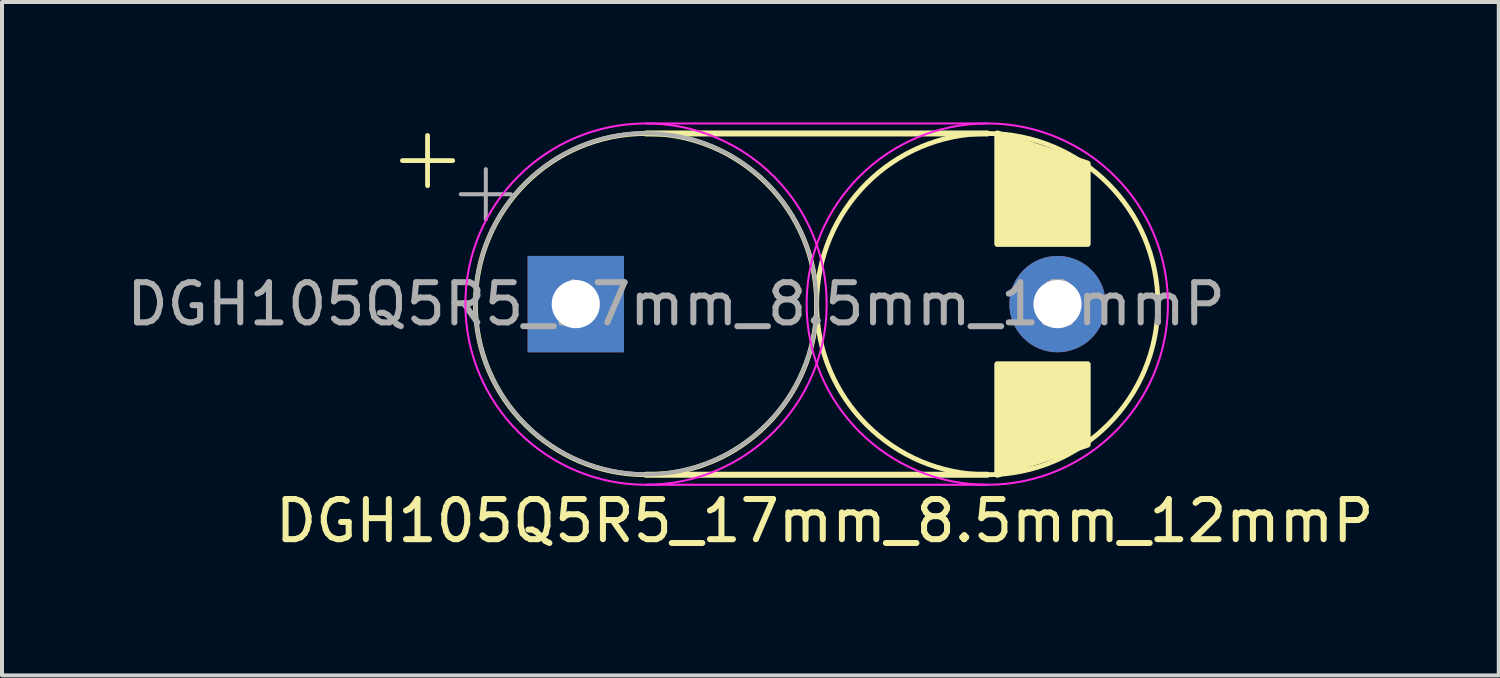
<source format=kicad_pcb>
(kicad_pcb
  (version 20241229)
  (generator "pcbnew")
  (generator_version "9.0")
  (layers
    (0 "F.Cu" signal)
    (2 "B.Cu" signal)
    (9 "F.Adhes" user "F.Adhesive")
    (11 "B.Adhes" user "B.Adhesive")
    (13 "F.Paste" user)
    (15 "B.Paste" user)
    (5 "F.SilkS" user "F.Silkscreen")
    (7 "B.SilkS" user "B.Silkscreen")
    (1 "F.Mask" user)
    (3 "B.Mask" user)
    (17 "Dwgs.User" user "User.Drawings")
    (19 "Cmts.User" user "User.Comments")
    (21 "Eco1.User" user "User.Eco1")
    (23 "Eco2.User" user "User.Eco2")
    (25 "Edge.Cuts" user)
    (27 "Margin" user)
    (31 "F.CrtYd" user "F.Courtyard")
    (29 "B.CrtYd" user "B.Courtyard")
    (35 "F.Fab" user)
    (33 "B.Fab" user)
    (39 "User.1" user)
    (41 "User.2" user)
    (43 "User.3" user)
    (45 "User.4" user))
  (footprint "DGH105Q5R5_17mm_8.5mm_12mmP"
    (layer "F.Cu")
    (at 11.292 4.525)
    (property "Reference" "DGH105Q5R5_17mm_8.5mm_12mmP" (at 6.2 5.4 0) (layer "F.SilkS") (effects (font (size 1 1) (thickness 0.15))))
    (attr through_hole)
    (fp_line (start -4.317 -3.575) (end -3.067 -3.575) (stroke (width 0.12) (type solid)) (layer "F.SilkS"))
    (fp_line (start -3.692 -4.2) (end -3.692 -2.95) (stroke (width 0.12) (type solid)) (layer "F.SilkS"))
    (fp_line (start 1.75 -4.25) (end 10.25 -4.25) (stroke (width 0.15) (type solid)) (layer "F.SilkS"))
    (fp_line (start 10.25 4.25) (end 1.75 4.25) (stroke (width 0.15) (type solid)) (layer "F.SilkS"))
    (fp_circle (center 1.75 0) (end 6 0) (stroke (width 0.12) (type solid)) (fill no) (layer "F.SilkS"))
    (fp_circle (center 10.25 0) (end 14.5 0) (stroke (width 0.12) (type solid)) (fill no) (layer "F.SilkS"))
    (fp_poly (pts (xy 10.5 1.5) (xy 12.75 1.5) (xy 12.75 3.5) (xy 10.5 4.25)) (stroke (width 0.15) (type solid)) (fill yes) (layer "F.SilkS"))
    (fp_poly (pts (xy 12.75 -3.5) (xy 12.75 -1.5) (xy 10.5 -1.5) (xy 10.5 -4.25)) (stroke (width 0.15) (type solid)) (fill yes) (layer "F.SilkS"))
    (fp_line (start 1.75 -4.5) (end 10.25 -4.5) (stroke (width 0.05) (type solid)) (layer "F.CrtYd"))
    (fp_line (start 1.75 4.5) (end 10.25 4.5) (stroke (width 0.05) (type solid)) (layer "F.CrtYd"))
    (fp_circle (center 1.75 0) (end 6.25 0) (stroke (width 0.05) (type solid)) (fill no) (layer "F.CrtYd"))
    (fp_circle (center 10.25 0) (end 14.75 0) (stroke (width 0.05) (type solid)) (fill no) (layer "F.CrtYd"))
    (fp_line (start -2.866 -2.737) (end -1.616 -2.737) (stroke (width 0.1) (type solid)) (layer "F.Fab"))
    (fp_line (start -2.241 -3.362) (end -2.241 -2.112) (stroke (width 0.1) (type solid)) (layer "F.Fab"))
    (fp_circle (center 1.75 -0.007) (end 6 0) (stroke (width 0.1) (type solid)) (fill no) (layer "F.Fab"))
    (fp_text user "${REFERENCE}" (at 2.5 0 0) (layer "F.Fab") (effects (font (size 1 1) (thickness 0.15))))
    (pad "1" thru_hole rect (at 0 0) (size 2.4 2.4) (drill 1.2) (layers "*.Cu" "*.Mask"))
    (pad "2" thru_hole circle (at 12 0) (size 2.4 2.4) (drill 1.2) (layers "*.Cu" "*.Mask")))
  (gr_rect
    (start -3 -3)
    (end 34.283 13.773)
    (stroke (width 0.1) (type default))
    (fill no)
    (layer "Edge.Cuts")))
</source>
